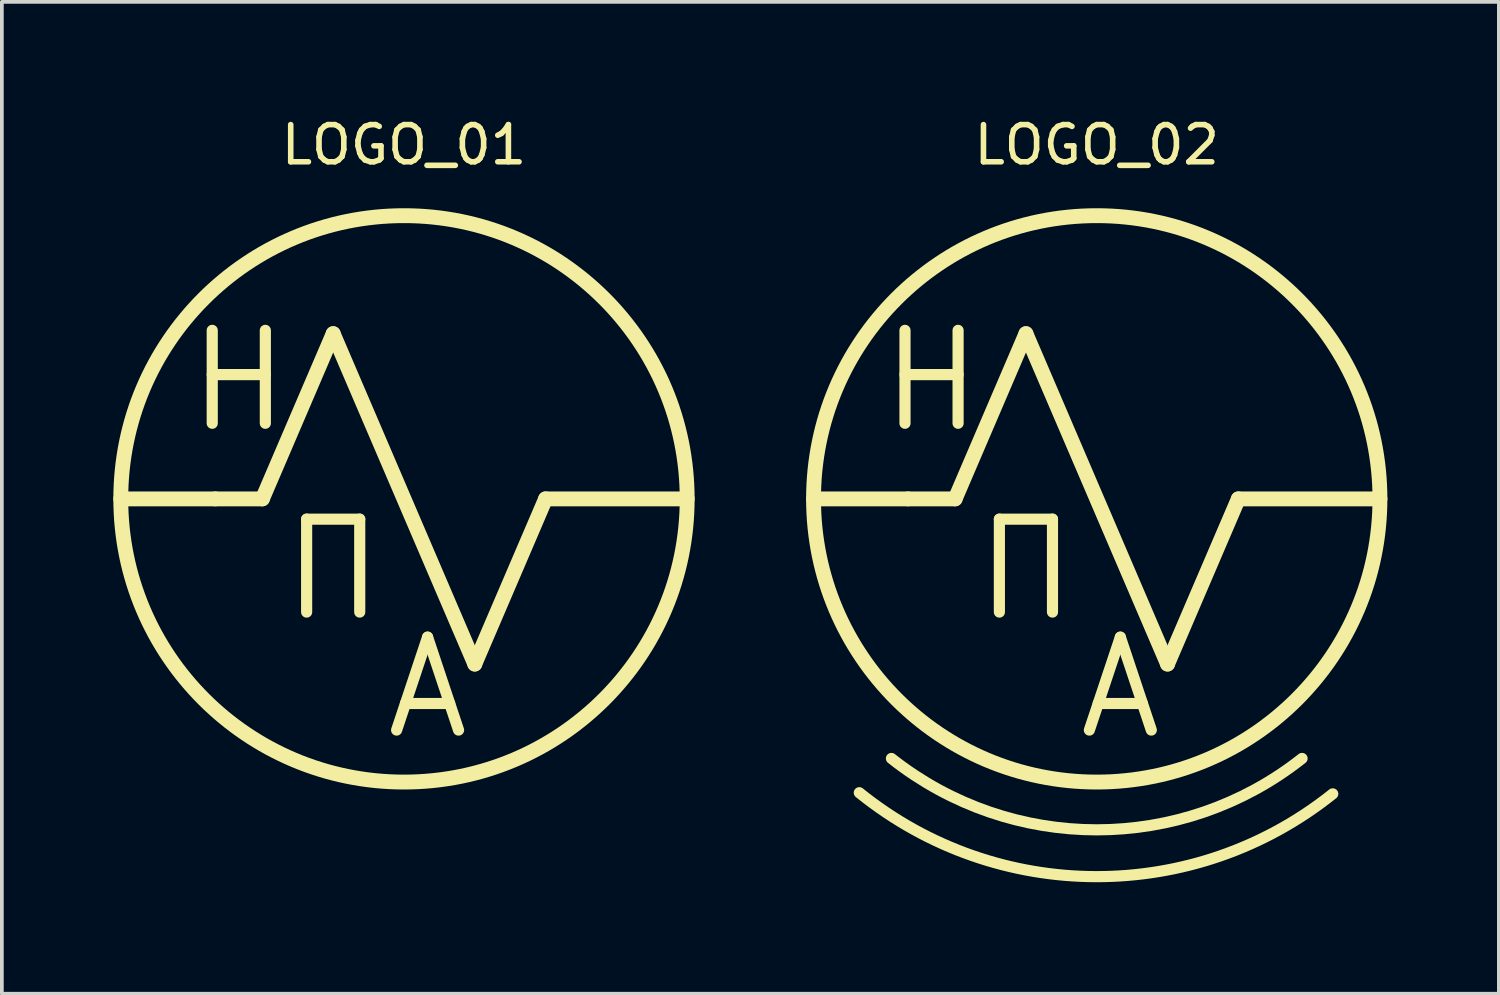
<source format=kicad_pcb>
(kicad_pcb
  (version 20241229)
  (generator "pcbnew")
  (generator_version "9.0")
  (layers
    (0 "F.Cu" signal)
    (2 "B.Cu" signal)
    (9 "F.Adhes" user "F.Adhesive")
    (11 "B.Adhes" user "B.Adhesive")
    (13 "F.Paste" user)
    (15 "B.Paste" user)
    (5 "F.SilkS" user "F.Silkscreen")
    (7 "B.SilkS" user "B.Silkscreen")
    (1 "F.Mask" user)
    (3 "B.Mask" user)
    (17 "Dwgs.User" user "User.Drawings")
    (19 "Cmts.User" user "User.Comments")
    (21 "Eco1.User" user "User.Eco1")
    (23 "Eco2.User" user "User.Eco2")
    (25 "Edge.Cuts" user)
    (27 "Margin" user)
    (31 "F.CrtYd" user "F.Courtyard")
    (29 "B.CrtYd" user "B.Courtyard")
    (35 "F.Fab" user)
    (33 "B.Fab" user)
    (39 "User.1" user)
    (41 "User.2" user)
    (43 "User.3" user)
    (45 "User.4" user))
  (footprint "LOGO_01"
    (layer "F.Cu")
    (at 7.82 10.373)
    (property "Reference" "LOGO_01" (at 0 -9.525 0) (layer "F.SilkS") (effects (font (size 1 1) (thickness 0.15))))
    (attr through_hole)
    (fp_line (start -7.62 0) (end -5.08 0) (stroke (width 0.4) (type solid)) (layer "F.SilkS"))
    (fp_line (start -5.08 0) (end -3.81 0) (stroke (width 0.4) (type solid)) (layer "F.SilkS"))
    (fp_line (start -3.81 0) (end -1.905 -4.445) (stroke (width 0.4) (type solid)) (layer "F.SilkS"))
    (fp_line (start -1.905 -4.445) (end 1.905 4.445) (stroke (width 0.4) (type solid)) (layer "F.SilkS"))
    (fp_line (start 1.905 4.445) (end 3.81 0) (stroke (width 0.4) (type solid)) (layer "F.SilkS"))
    (fp_line (start 3.81 0) (end 7.62 0) (stroke (width 0.4) (type solid)) (layer "F.SilkS"))
    (fp_circle (center 0 0) (end 7.62 0) (stroke (width 0.4) (type solid)) (fill no) (layer "F.SilkS"))
    (fp_text user "П" (at -1.905 1.905 0) (layer "F.SilkS") (effects (font (size 2.5 2.5) (thickness 0.3))))
    (fp_text user "A" (at 0.635 5.08 0) (layer "F.SilkS") (effects (font (size 2.5 2.5) (thickness 0.3))))
    (fp_text user "Н" (at -4.445 -3.175 0) (layer "F.SilkS") (effects (font (size 2.5 2.5) (thickness 0.3)))))
  (footprint "LOGO_02"
    (layer "F.Cu")
    (at 26.46 10.373)
    (property "Reference" "LOGO_02" (at 0 -9.525 0) (layer "F.SilkS") (effects (font (size 1 1) (thickness 0.15))))
    (attr through_hole)
    (fp_line (start -7.62 0) (end -5.08 0) (stroke (width 0.4) (type solid)) (layer "F.SilkS"))
    (fp_line (start -5.08 0) (end -3.81 0) (stroke (width 0.4) (type solid)) (layer "F.SilkS"))
    (fp_line (start -3.81 0) (end -1.905 -4.445) (stroke (width 0.4) (type solid)) (layer "F.SilkS"))
    (fp_line (start -1.905 -4.445) (end 1.905 4.445) (stroke (width 0.4) (type solid)) (layer "F.SilkS"))
    (fp_line (start 1.905 4.445) (end 3.81 0) (stroke (width 0.4) (type solid)) (layer "F.SilkS"))
    (fp_line (start 3.81 0) (end 7.62 0) (stroke (width 0.4) (type solid)) (layer "F.SilkS"))
    (fp_arc (start 5.5245 6.985) (mid 0 8.905634) (end -5.5245 6.985) (stroke (width 0.3) (type solid)) (layer "F.SilkS"))
    (fp_arc (start 6.35 7.9375) (mid -0.024696 10.16493) (end -6.388494 7.906551) (stroke (width 0.3) (type solid)) (layer "F.SilkS"))
    (fp_circle (center 0 0) (end 7.62 0) (stroke (width 0.4) (type solid)) (fill no) (layer "F.SilkS"))
    (fp_text user "Н" (at -4.445 -3.175 0) (layer "F.SilkS") (effects (font (size 2.5 2.5) (thickness 0.3))))
    (fp_text user "П" (at -1.905 1.905 0) (layer "F.SilkS") (effects (font (size 2.5 2.5) (thickness 0.3))))
    (fp_text user "A" (at 0.635 5.08 0) (layer "F.SilkS") (effects (font (size 2.5 2.5) (thickness 0.3)))))
  (gr_rect
    (start -3 -3)
    (end 37.28 23.688)
    (stroke (width 0.1) (type default))
    (fill no)
    (layer "Edge.Cuts")))
</source>
